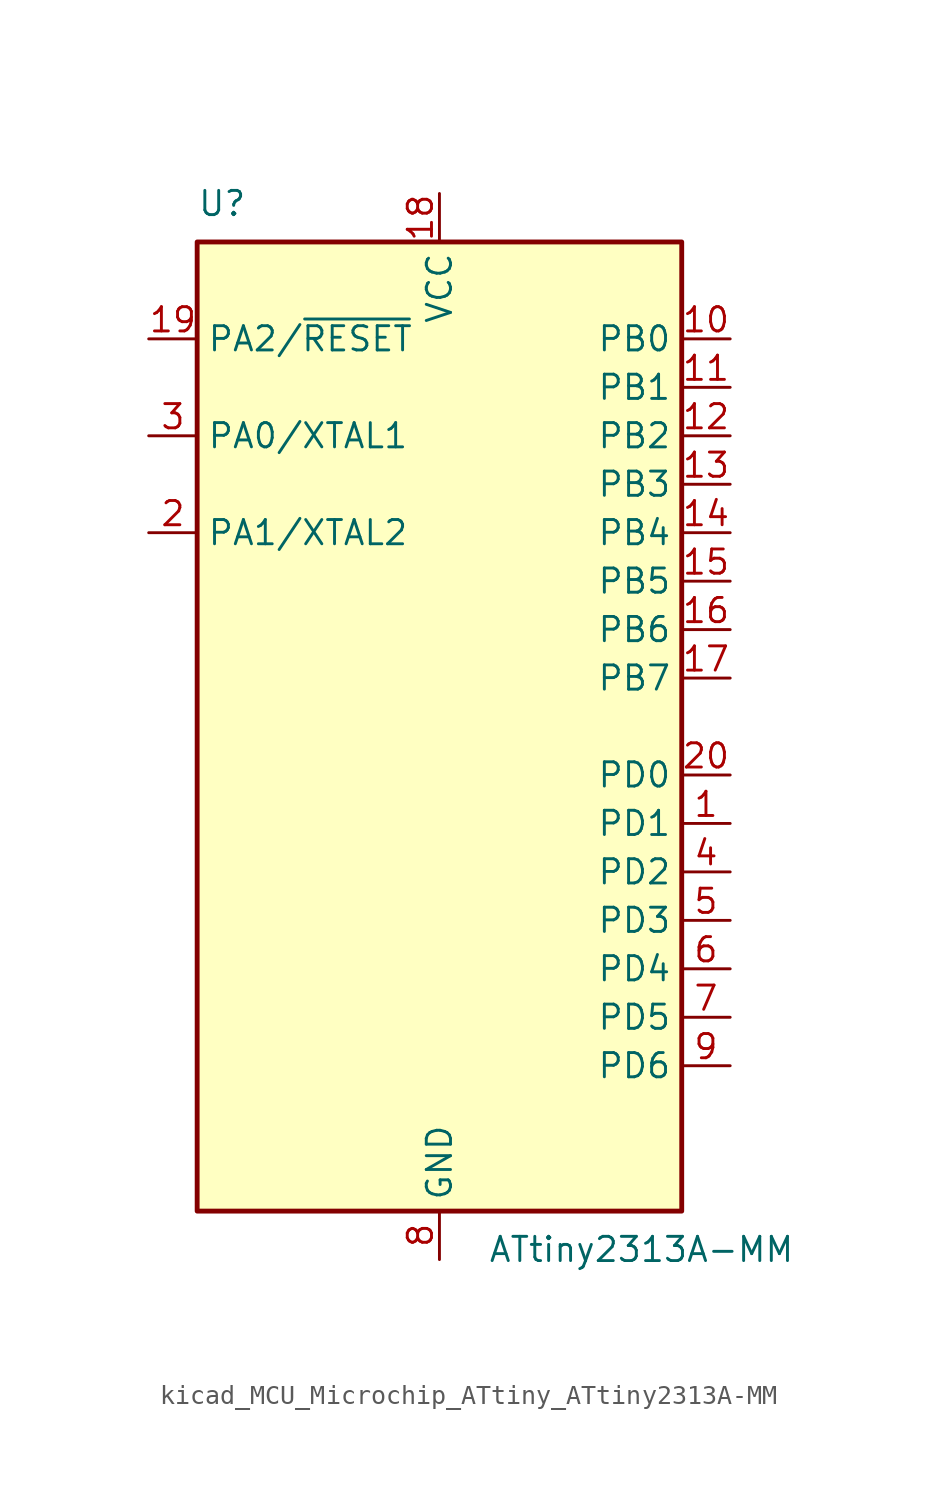
<source format=kicad_sym>
(kicad_symbol_lib
  (version 20220914)
  (generator kicad_symbol_editor)
  (symbol "kicad_MCU_Microchip_ATtiny_ATtiny2313A-MM"
    (property "Reference" "U"
      (at -12.7 26.67 0)
      (effects (font (size 1.27 1.27)) (justify left bottom)))
    (property "Value" "ATtiny2313A-MM"
      (at 2.54 -26.67 0)
      (effects (font (size 1.27 1.27)) (justify left top)))
    (symbol "kicad_MCU_Microchip_ATtiny_ATtiny2313A-MM_0_1"
      (rectangle (start -12.7 -25.4) (end 12.7 25.4) (stroke (width 0.254) (type default)) (fill (type background))))
    (symbol "kicad_MCU_Microchip_ATtiny_ATtiny2313A-MM_1_1"
      (pin bidirectional line (at 15.24 -5.08 180) (length 2.54) (name "PD1" (effects (font (size 1.27 1.27)))) (number "1" (effects (font (size 1.27 1.27)))))
      (pin bidirectional line (at 15.24 20.32 180) (length 2.54) (name "PB0" (effects (font (size 1.27 1.27)))) (number "10" (effects (font (size 1.27 1.27)))))
      (pin bidirectional line (at 15.24 17.78 180) (length 2.54) (name "PB1" (effects (font (size 1.27 1.27)))) (number "11" (effects (font (size 1.27 1.27)))))
      (pin bidirectional line (at 15.24 15.24 180) (length 2.54) (name "PB2" (effects (font (size 1.27 1.27)))) (number "12" (effects (font (size 1.27 1.27)))))
      (pin bidirectional line (at 15.24 12.7 180) (length 2.54) (name "PB3" (effects (font (size 1.27 1.27)))) (number "13" (effects (font (size 1.27 1.27)))))
      (pin bidirectional line (at 15.24 10.16 180) (length 2.54) (name "PB4" (effects (font (size 1.27 1.27)))) (number "14" (effects (font (size 1.27 1.27)))))
      (pin bidirectional line (at 15.24 7.62 180) (length 2.54) (name "PB5" (effects (font (size 1.27 1.27)))) (number "15" (effects (font (size 1.27 1.27)))))
      (pin bidirectional line (at 15.24 5.08 180) (length 2.54) (name "PB6" (effects (font (size 1.27 1.27)))) (number "16" (effects (font (size 1.27 1.27)))))
      (pin bidirectional line (at 15.24 2.54 180) (length 2.54) (name "PB7" (effects (font (size 1.27 1.27)))) (number "17" (effects (font (size 1.27 1.27)))))
      (pin power_in line (at 0 27.94 270) (length 2.54) (name "VCC" (effects (font (size 1.27 1.27)))) (number "18" (effects (font (size 1.27 1.27)))))
      (pin bidirectional line (at -15.24 20.32 0) (length 2.54) (name "PA2/~{RESET}" (effects (font (size 1.27 1.27)))) (number "19" (effects (font (size 1.27 1.27)))))
      (pin bidirectional line (at -15.24 10.16 0) (length 2.54) (name "PA1/XTAL2" (effects (font (size 1.27 1.27)))) (number "2" (effects (font (size 1.27 1.27)))))
      (pin bidirectional line (at 15.24 -2.54 180) (length 2.54) (name "PD0" (effects (font (size 1.27 1.27)))) (number "20" (effects (font (size 1.27 1.27)))))
      (pin passive line (at 0 -27.94 90) (length 2.54) hide (name "GND" (effects (font (size 1.27 1.27)))) (number "21" (effects (font (size 1.27 1.27)))))
      (pin bidirectional line (at -15.24 15.24 0) (length 2.54) (name "PA0/XTAL1" (effects (font (size 1.27 1.27)))) (number "3" (effects (font (size 1.27 1.27)))))
      (pin bidirectional line (at 15.24 -7.62 180) (length 2.54) (name "PD2" (effects (font (size 1.27 1.27)))) (number "4" (effects (font (size 1.27 1.27)))))
      (pin bidirectional line (at 15.24 -10.16 180) (length 2.54) (name "PD3" (effects (font (size 1.27 1.27)))) (number "5" (effects (font (size 1.27 1.27)))))
      (pin bidirectional line (at 15.24 -12.7 180) (length 2.54) (name "PD4" (effects (font (size 1.27 1.27)))) (number "6" (effects (font (size 1.27 1.27)))))
      (pin bidirectional line (at 15.24 -15.24 180) (length 2.54) (name "PD5" (effects (font (size 1.27 1.27)))) (number "7" (effects (font (size 1.27 1.27)))))
      (pin power_in line (at 0 -27.94 90) (length 2.54) (name "GND" (effects (font (size 1.27 1.27)))) (number "8" (effects (font (size 1.27 1.27)))))
      (pin bidirectional line (at 15.24 -17.78 180) (length 2.54) (name "PD6" (effects (font (size 1.27 1.27)))) (number "9" (effects (font (size 1.27 1.27))))))))
</source>
